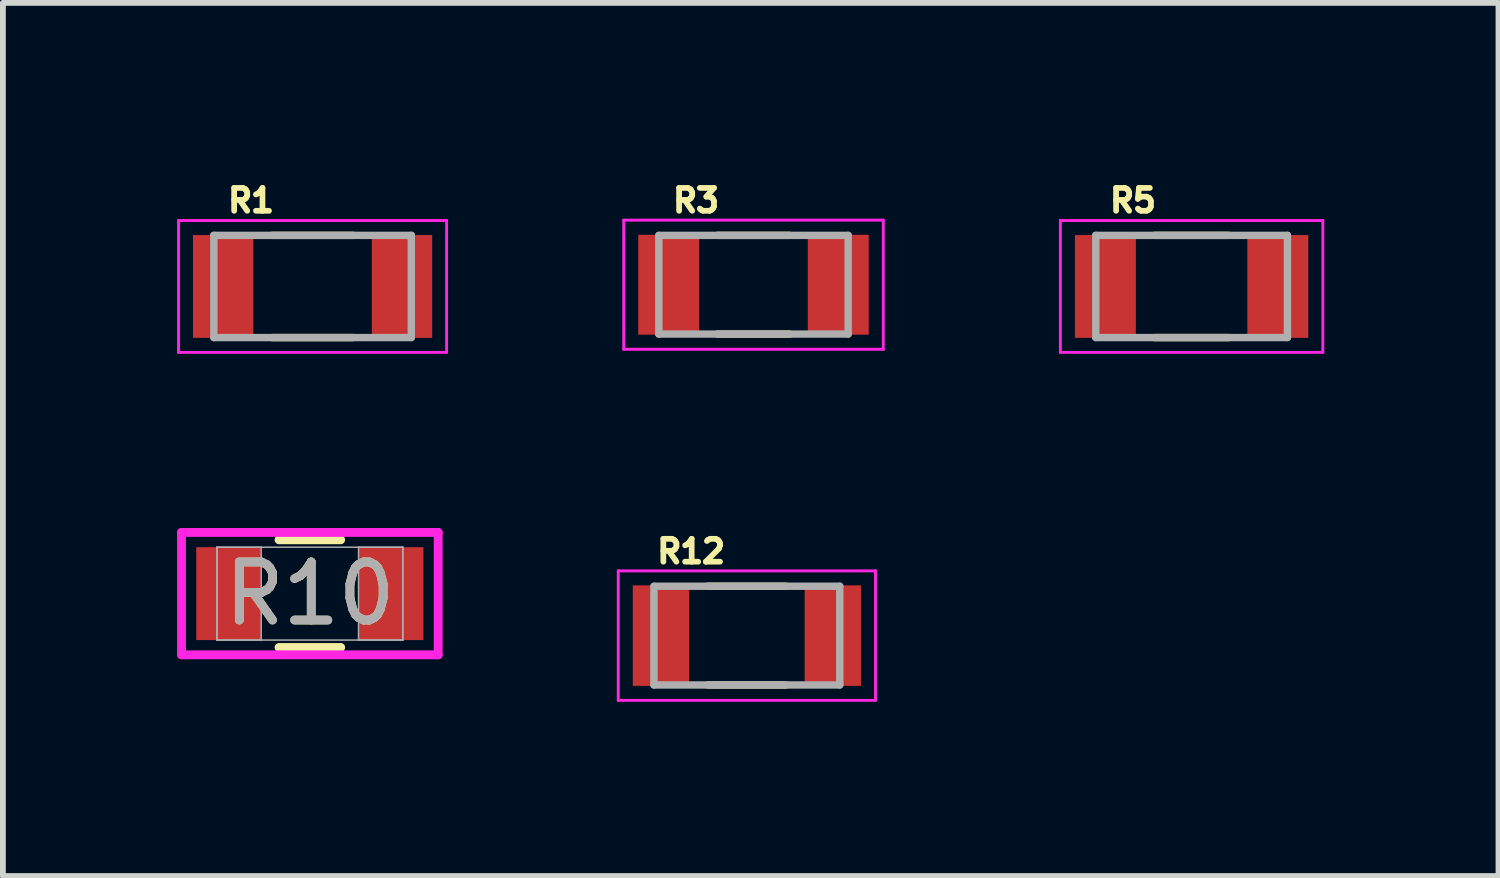
<source format=kicad_pcb>
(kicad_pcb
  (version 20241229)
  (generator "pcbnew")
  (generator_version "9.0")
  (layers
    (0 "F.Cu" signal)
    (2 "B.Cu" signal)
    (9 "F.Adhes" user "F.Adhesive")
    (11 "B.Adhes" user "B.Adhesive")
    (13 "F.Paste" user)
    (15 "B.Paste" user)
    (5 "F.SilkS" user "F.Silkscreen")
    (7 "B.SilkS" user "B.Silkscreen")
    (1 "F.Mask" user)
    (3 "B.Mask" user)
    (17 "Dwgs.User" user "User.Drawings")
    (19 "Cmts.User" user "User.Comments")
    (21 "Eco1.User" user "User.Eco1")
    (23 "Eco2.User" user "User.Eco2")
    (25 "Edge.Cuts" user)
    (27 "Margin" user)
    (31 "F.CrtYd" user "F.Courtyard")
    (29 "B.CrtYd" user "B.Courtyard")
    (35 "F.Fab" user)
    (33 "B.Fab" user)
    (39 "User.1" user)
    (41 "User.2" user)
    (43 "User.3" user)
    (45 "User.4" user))
  (footprint "R12"
    (layer "F.Cu")
    (at 9.812 7.896)
    (property "Reference" "R12" (at -0.96 -1.45 0) (layer "F.SilkS") (effects (font (size 0.394 0.394) (thickness 0.15))))
    (attr smd)
    (fp_line (start -0.67 -0.85) (end 0.67 -0.85) (stroke (width 0.127) (type solid)) (layer "F.SilkS"))
    (fp_line (start -0.67 0.85) (end 0.67 0.85) (stroke (width 0.127) (type solid)) (layer "F.SilkS"))
    (fp_line (start -2.215 -1.115) (end 2.215 -1.115) (stroke (width 0.05) (type solid)) (layer "F.CrtYd"))
    (fp_line (start -2.215 1.115) (end -2.215 -1.115) (stroke (width 0.05) (type solid)) (layer "F.CrtYd"))
    (fp_line (start -2.215 1.115) (end 2.215 1.115) (stroke (width 0.05) (type solid)) (layer "F.CrtYd"))
    (fp_line (start 2.215 1.115) (end 2.215 -1.115) (stroke (width 0.05) (type solid)) (layer "F.CrtYd"))
    (fp_line (start -1.6 0.85) (end -1.6 -0.85) (stroke (width 0.127) (type solid)) (layer "F.Fab"))
    (fp_line (start 1.6 -0.85) (end -1.6 -0.85) (stroke (width 0.127) (type solid)) (layer "F.Fab"))
    (fp_line (start 1.6 0.85) (end -1.6 0.85) (stroke (width 0.127) (type solid)) (layer "F.Fab"))
    (fp_line (start 1.6 0.85) (end 1.6 -0.85) (stroke (width 0.127) (type solid)) (layer "F.Fab"))
    (pad "1" smd rect (at -1.48 0) (size 0.97 1.73) (layers "F.Cu" "F.Mask" "F.Paste"))
    (pad "2" smd rect (at 1.48 0) (size 0.97 1.73) (layers "F.Cu" "F.Mask" "F.Paste")))
  (footprint "R1"
    (layer "F.Cu")
    (at 2.333 1.883)
    (property "Reference" "R1" (at -1.06 -1.48 0) (layer "F.SilkS") (effects (font (size 0.394 0.394) (thickness 0.15))))
    (attr smd)
    (fp_line (start -0.7 -0.88) (end 0.7 -0.88) (stroke (width 0.127) (type solid)) (layer "F.SilkS"))
    (fp_line (start -0.7 0.88) (end 0.7 0.88) (stroke (width 0.127) (type solid)) (layer "F.SilkS"))
    (fp_line (start -2.308 -1.135) (end 2.308 -1.135) (stroke (width 0.05) (type solid)) (layer "F.CrtYd"))
    (fp_line (start -2.308 1.135) (end -2.308 -1.135) (stroke (width 0.05) (type solid)) (layer "F.CrtYd"))
    (fp_line (start -2.308 1.135) (end 2.308 1.135) (stroke (width 0.05) (type solid)) (layer "F.CrtYd"))
    (fp_line (start 2.308 1.135) (end 2.308 -1.135) (stroke (width 0.05) (type solid)) (layer "F.CrtYd"))
    (fp_line (start -1.7 0.88) (end -1.7 -0.88) (stroke (width 0.127) (type solid)) (layer "F.Fab"))
    (fp_line (start 1.7 -0.88) (end -1.7 -0.88) (stroke (width 0.127) (type solid)) (layer "F.Fab"))
    (fp_line (start 1.7 0.88) (end -1.7 0.88) (stroke (width 0.127) (type solid)) (layer "F.Fab"))
    (fp_line (start 1.7 0.88) (end 1.7 -0.88) (stroke (width 0.127) (type solid)) (layer "F.Fab"))
    (pad "1" smd rect (at -1.54 0) (size 1.04 1.77) (layers "F.Cu" "F.Mask" "F.Paste"))
    (pad "2" smd rect (at 1.54 0) (size 1.04 1.77) (layers "F.Cu" "F.Mask" "F.Paste")))
  (footprint "R5"
    (layer "F.Cu")
    (at 17.471 1.883)
    (property "Reference" "R5" (at -1.01 -1.48 0) (layer "F.SilkS") (effects (font (size 0.394 0.394) (thickness 0.15))))
    (attr smd)
    (fp_line (start -0.64 -0.88) (end 0.64 -0.88) (stroke (width 0.127) (type solid)) (layer "F.SilkS"))
    (fp_line (start -0.64 0.88) (end 0.64 0.88) (stroke (width 0.127) (type solid)) (layer "F.SilkS"))
    (fp_line (start -2.26 -1.135) (end 2.26 -1.135) (stroke (width 0.05) (type solid)) (layer "F.CrtYd"))
    (fp_line (start -2.26 1.135) (end -2.26 -1.135) (stroke (width 0.05) (type solid)) (layer "F.CrtYd"))
    (fp_line (start -2.26 1.135) (end 2.26 1.135) (stroke (width 0.05) (type solid)) (layer "F.CrtYd"))
    (fp_line (start 2.26 1.135) (end 2.26 -1.135) (stroke (width 0.05) (type solid)) (layer "F.CrtYd"))
    (fp_line (start -1.65 0.88) (end -1.65 -0.88) (stroke (width 0.127) (type solid)) (layer "F.Fab"))
    (fp_line (start 1.65 -0.88) (end -1.65 -0.88) (stroke (width 0.127) (type solid)) (layer "F.Fab"))
    (fp_line (start 1.65 0.88) (end -1.65 0.88) (stroke (width 0.127) (type solid)) (layer "F.Fab"))
    (fp_line (start 1.65 0.88) (end 1.65 -0.88) (stroke (width 0.127) (type solid)) (layer "F.Fab"))
    (pad "1" smd rect (at -1.485 0) (size 1.05 1.77) (layers "F.Cu" "F.Mask" "F.Paste"))
    (pad "2" smd rect (at 1.485 0) (size 1.05 1.77) (layers "F.Cu" "F.Mask" "F.Paste")))
  (footprint "R10"
    (layer "F.Cu")
    (at 2.286 7.173)
    (property "Reference" "R10" (at 0 0 0) (unlocked yes) (layer "F.SilkS") (effects (font (size 1 1) (thickness 0.15))))
    (attr smd)
    (fp_line (start -0.531 0.927) (end 0.531 0.927) (stroke (width 0.152) (type solid)) (layer "F.SilkS"))
    (fp_line (start 0.531 -0.927) (end -0.531 -0.927) (stroke (width 0.152) (type solid)) (layer "F.SilkS"))
    (fp_line (start -2.21 -1.054) (end 2.21 -1.054) (stroke (width 0.152) (type solid)) (layer "F.CrtYd"))
    (fp_line (start -2.21 1.054) (end -2.21 -1.054) (stroke (width 0.152) (type solid)) (layer "F.CrtYd"))
    (fp_line (start 2.21 -1.054) (end 2.21 1.054) (stroke (width 0.152) (type solid)) (layer "F.CrtYd"))
    (fp_line (start 2.21 1.054) (end -2.21 1.054) (stroke (width 0.152) (type solid)) (layer "F.CrtYd"))
    (fp_line (start -1.6 -0.8) (end -1.6 0.8) (stroke (width 0.025) (type solid)) (layer "F.Fab"))
    (fp_line (start -1.6 -0.8) (end -1.6 0.8) (stroke (width 0.025) (type solid)) (layer "F.Fab"))
    (fp_line (start -1.6 0.8) (end -0.838 0.8) (stroke (width 0.025) (type solid)) (layer "F.Fab"))
    (fp_line (start -1.6 0.8) (end 1.6 0.8) (stroke (width 0.025) (type solid)) (layer "F.Fab"))
    (fp_line (start -0.838 -0.8) (end -1.6 -0.8) (stroke (width 0.025) (type solid)) (layer "F.Fab"))
    (fp_line (start -0.838 0.8) (end -0.838 -0.8) (stroke (width 0.025) (type solid)) (layer "F.Fab"))
    (fp_line (start 0.838 -0.8) (end 0.838 0.8) (stroke (width 0.025) (type solid)) (layer "F.Fab"))
    (fp_line (start 0.838 0.8) (end 1.6 0.8) (stroke (width 0.025) (type solid)) (layer "F.Fab"))
    (fp_line (start 1.6 -0.8) (end -1.6 -0.8) (stroke (width 0.025) (type solid)) (layer "F.Fab"))
    (fp_line (start 1.6 -0.8) (end 0.838 -0.8) (stroke (width 0.025) (type solid)) (layer "F.Fab"))
    (fp_line (start 1.6 0.8) (end 1.6 -0.8) (stroke (width 0.025) (type solid)) (layer "F.Fab"))
    (fp_line (start 1.6 0.8) (end 1.6 -0.8) (stroke (width 0.025) (type solid)) (layer "F.Fab"))
    (fp_text user "${REFERENCE}" (at 0 0 0) (unlocked yes) (layer "F.Fab") (effects (font (size 1 1) (thickness 0.15))))
    (pad "1" smd rect (at -1.397 0) (size 1.118 1.6) (layers "F.Cu" "F.Mask" "F.Paste"))
    (pad "2" smd rect (at 1.397 0) (size 1.118 1.6) (layers "F.Cu" "F.Mask" "F.Paste"))
    (zone (net_name "") (layer "F.Cu") (hatch full 0.508) (connect_pads) (min_thickness 0.254) (filled_areas_thickness no) (keepout (tracks not_allowed) (vias not_allowed) (pads allowed) (copperpour not_allowed) (footprints allowed)) (placement (enabled no)) (fill) (polygon (pts (xy 1.499 6.424) (xy 3.073 6.424) (xy 3.073 7.923) (xy 1.499 7.923)))))
  (footprint "R3"
    (layer "F.Cu")
    (at 9.926 1.853)
    (property "Reference" "R3" (at -0.99 -1.45 0) (layer "F.SilkS") (effects (font (size 0.394 0.394) (thickness 0.15))))
    (attr smd)
    (fp_line (start -0.62 -0.85) (end 0.62 -0.85) (stroke (width 0.127) (type solid)) (layer "F.SilkS"))
    (fp_line (start -0.62 0.85) (end 0.62 0.85) (stroke (width 0.127) (type solid)) (layer "F.SilkS"))
    (fp_line (start -2.235 -1.112) (end 2.235 -1.112) (stroke (width 0.05) (type solid)) (layer "F.CrtYd"))
    (fp_line (start -2.235 1.112) (end -2.235 -1.112) (stroke (width 0.05) (type solid)) (layer "F.CrtYd"))
    (fp_line (start -2.235 1.112) (end 2.235 1.112) (stroke (width 0.05) (type solid)) (layer "F.CrtYd"))
    (fp_line (start 2.235 1.112) (end 2.235 -1.112) (stroke (width 0.05) (type solid)) (layer "F.CrtYd"))
    (fp_line (start -1.63 0.85) (end -1.63 -0.85) (stroke (width 0.127) (type solid)) (layer "F.Fab"))
    (fp_line (start 1.63 -0.85) (end -1.63 -0.85) (stroke (width 0.127) (type solid)) (layer "F.Fab"))
    (fp_line (start 1.63 0.85) (end -1.63 0.85) (stroke (width 0.127) (type solid)) (layer "F.Fab"))
    (fp_line (start 1.63 0.85) (end 1.63 -0.85) (stroke (width 0.127) (type solid)) (layer "F.Fab"))
    (pad "1" smd rect (at -1.46 0) (size 1.05 1.72) (layers "F.Cu" "F.Mask" "F.Paste"))
    (pad "2" smd rect (at 1.46 0) (size 1.05 1.72) (layers "F.Cu" "F.Mask" "F.Paste")))
  (gr_rect
    (start -3 -3)
    (end 22.756 12.036)
    (stroke (width 0.1) (type default))
    (fill no)
    (layer "Edge.Cuts")))
</source>
